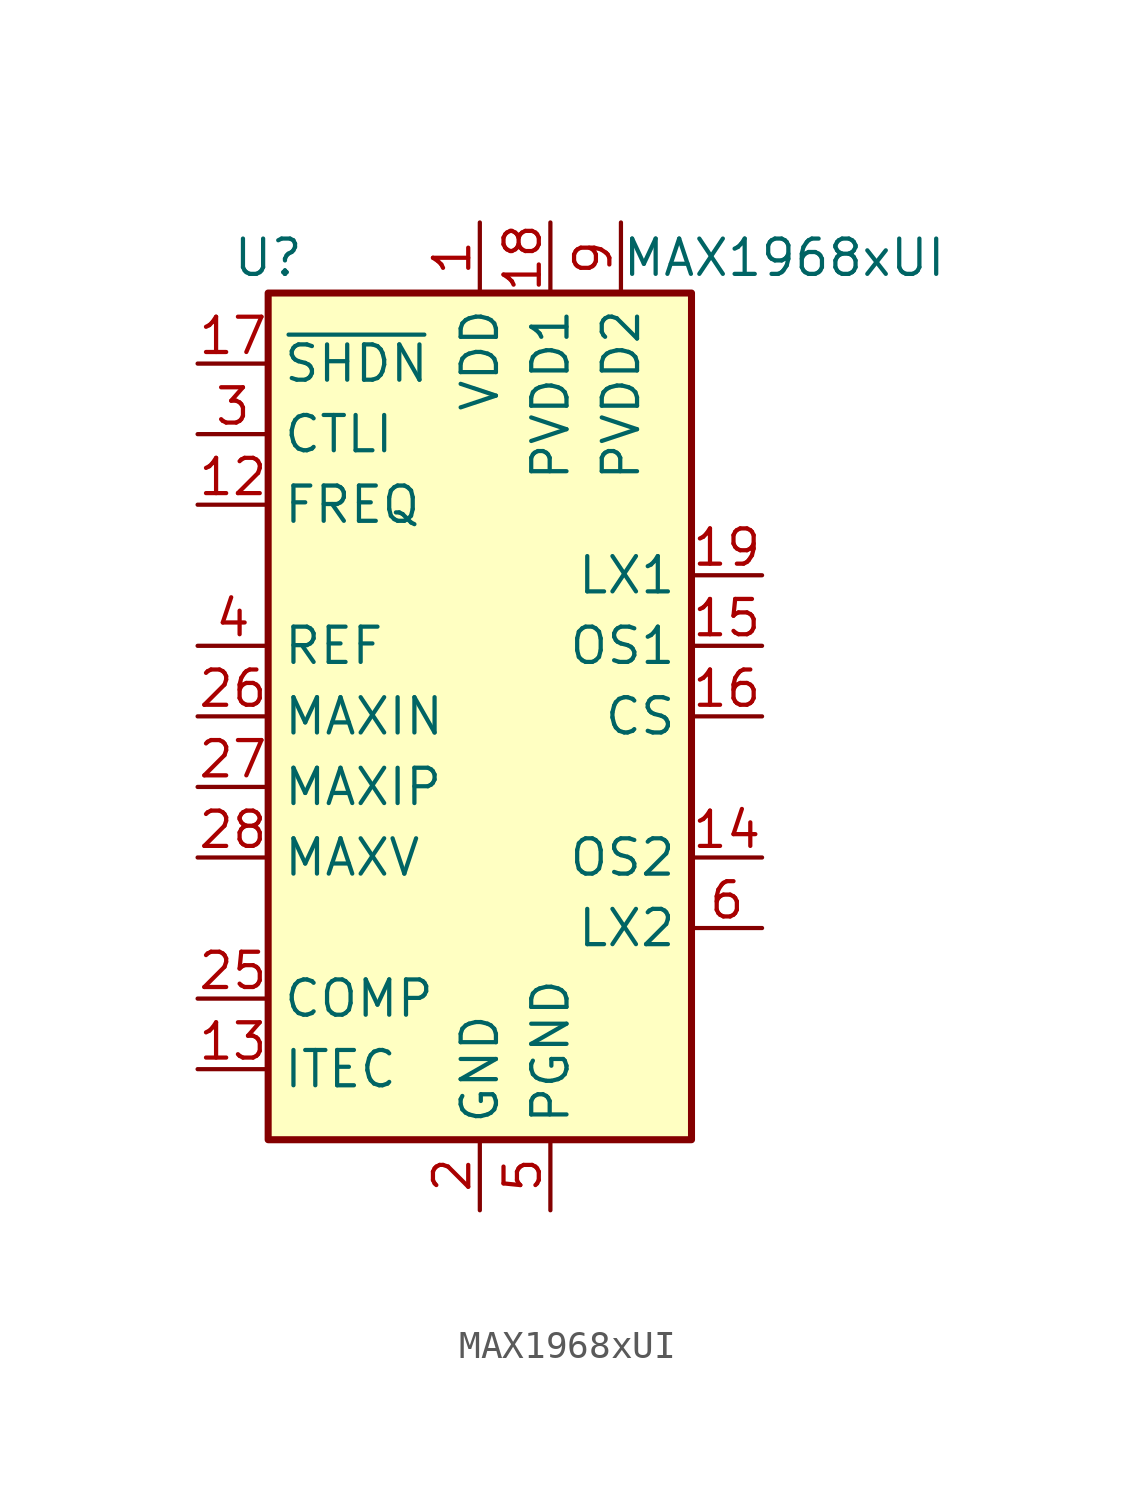
<source format=kicad_sym>
(kicad_symbol_lib
  (version 20201005)
  (generator kicad_symbol_editor)
  (symbol "MAX1968xUI"
    (property "Reference" "U"
      (at -7.62 16.51 0)
      (effects (font (size 1.27 1.27))))
    (property "Value" "MAX1968xUI"
      (at 5.08 16.51 0)
      (effects (font (size 1.27 1.27)) (justify left)))
    (symbol "MAX1968xUI_0_1"
      (rectangle (start -7.62 15.24) (end 7.62 -15.24) (stroke (width 0.254)) (fill (type background))))
    (symbol "MAX1968xUI_1_1"
      (pin power_in line (at 0 17.78 270) (length 2.54) (name "VDD" (effects (font (size 1.27 1.27)))) (number "1" (effects (font (size 1.27 1.27)))))
      (pin passive line (at 10.16 -7.62 180) (length 2.54) hide (name "LX2" (effects (font (size 1.27 1.27)))) (number "10" (effects (font (size 1.27 1.27)))))
      (pin passive line (at 5.08 17.78 270) (length 2.54) hide (name "PVDD2" (effects (font (size 1.27 1.27)))) (number "11" (effects (font (size 1.27 1.27)))))
      (pin input line (at -10.16 7.62 0) (length 2.54) (name "FREQ" (effects (font (size 1.27 1.27)))) (number "12" (effects (font (size 1.27 1.27)))))
      (pin output line (at -10.16 -12.7 0) (length 2.54) (name "ITEC" (effects (font (size 1.27 1.27)))) (number "13" (effects (font (size 1.27 1.27)))))
      (pin input line (at 10.16 -5.08 180) (length 2.54) (name "OS2" (effects (font (size 1.27 1.27)))) (number "14" (effects (font (size 1.27 1.27)))))
      (pin input line (at 10.16 2.54 180) (length 2.54) (name "OS1" (effects (font (size 1.27 1.27)))) (number "15" (effects (font (size 1.27 1.27)))))
      (pin input line (at 10.16 0 180) (length 2.54) (name "CS" (effects (font (size 1.27 1.27)))) (number "16" (effects (font (size 1.27 1.27)))))
      (pin input line (at -10.16 12.7 0) (length 2.54) (name "~SHDN" (effects (font (size 1.27 1.27)))) (number "17" (effects (font (size 1.27 1.27)))))
      (pin power_in line (at 2.54 17.78 270) (length 2.54) (name "PVDD1" (effects (font (size 1.27 1.27)))) (number "18" (effects (font (size 1.27 1.27)))))
      (pin power_out line (at 10.16 5.08 180) (length 2.54) (name "LX1" (effects (font (size 1.27 1.27)))) (number "19" (effects (font (size 1.27 1.27)))))
      (pin power_in line (at 0 -17.78 90) (length 2.54) (name "GND" (effects (font (size 1.27 1.27)))) (number "2" (effects (font (size 1.27 1.27)))))
      (pin passive line (at 2.54 17.78 270) (length 2.54) hide (name "PVDD1" (effects (font (size 1.27 1.27)))) (number "20" (effects (font (size 1.27 1.27)))))
      (pin passive line (at 10.16 5.08 180) (length 2.54) hide (name "LX1" (effects (font (size 1.27 1.27)))) (number "21" (effects (font (size 1.27 1.27)))))
      (pin passive line (at 2.54 -17.78 90) (length 2.54) hide (name "PGND" (effects (font (size 1.27 1.27)))) (number "22" (effects (font (size 1.27 1.27)))))
      (pin passive line (at 10.16 5.08 180) (length 2.54) hide (name "LX1" (effects (font (size 1.27 1.27)))) (number "23" (effects (font (size 1.27 1.27)))))
      (pin passive line (at 2.54 -17.78 90) (length 2.54) hide (name "PGND" (effects (font (size 1.27 1.27)))) (number "24" (effects (font (size 1.27 1.27)))))
      (pin passive line (at -10.16 -10.16 0) (length 2.54) (name "COMP" (effects (font (size 1.27 1.27)))) (number "25" (effects (font (size 1.27 1.27)))))
      (pin input line (at -10.16 0 0) (length 2.54) (name "MAXIN" (effects (font (size 1.27 1.27)))) (number "26" (effects (font (size 1.27 1.27)))))
      (pin input line (at -10.16 -2.54 0) (length 2.54) (name "MAXIP" (effects (font (size 1.27 1.27)))) (number "27" (effects (font (size 1.27 1.27)))))
      (pin input line (at -10.16 -5.08 0) (length 2.54) (name "MAXV" (effects (font (size 1.27 1.27)))) (number "28" (effects (font (size 1.27 1.27)))))
      (pin passive line (at 0 -17.78 90) (length 2.54) hide (name "GND" (effects (font (size 1.27 1.27)))) (number "29" (effects (font (size 1.27 1.27)))))
      (pin input line (at -10.16 10.16 0) (length 2.54) (name "CTLI" (effects (font (size 1.27 1.27)))) (number "3" (effects (font (size 1.27 1.27)))))
      (pin output line (at -10.16 2.54 0) (length 2.54) (name "REF" (effects (font (size 1.27 1.27)))) (number "4" (effects (font (size 1.27 1.27)))))
      (pin power_in line (at 2.54 -17.78 90) (length 2.54) (name "PGND" (effects (font (size 1.27 1.27)))) (number "5" (effects (font (size 1.27 1.27)))))
      (pin power_out line (at 10.16 -7.62 180) (length 2.54) (name "LX2" (effects (font (size 1.27 1.27)))) (number "6" (effects (font (size 1.27 1.27)))))
      (pin passive line (at 2.54 -17.78 90) (length 2.54) hide (name "PGND" (effects (font (size 1.27 1.27)))) (number "7" (effects (font (size 1.27 1.27)))))
      (pin passive line (at 10.16 -7.62 180) (length 2.54) hide (name "LX2" (effects (font (size 1.27 1.27)))) (number "8" (effects (font (size 1.27 1.27)))))
      (pin power_in line (at 5.08 17.78 270) (length 2.54) (name "PVDD2" (effects (font (size 1.27 1.27)))) (number "9" (effects (font (size 1.27 1.27))))))))
</source>
